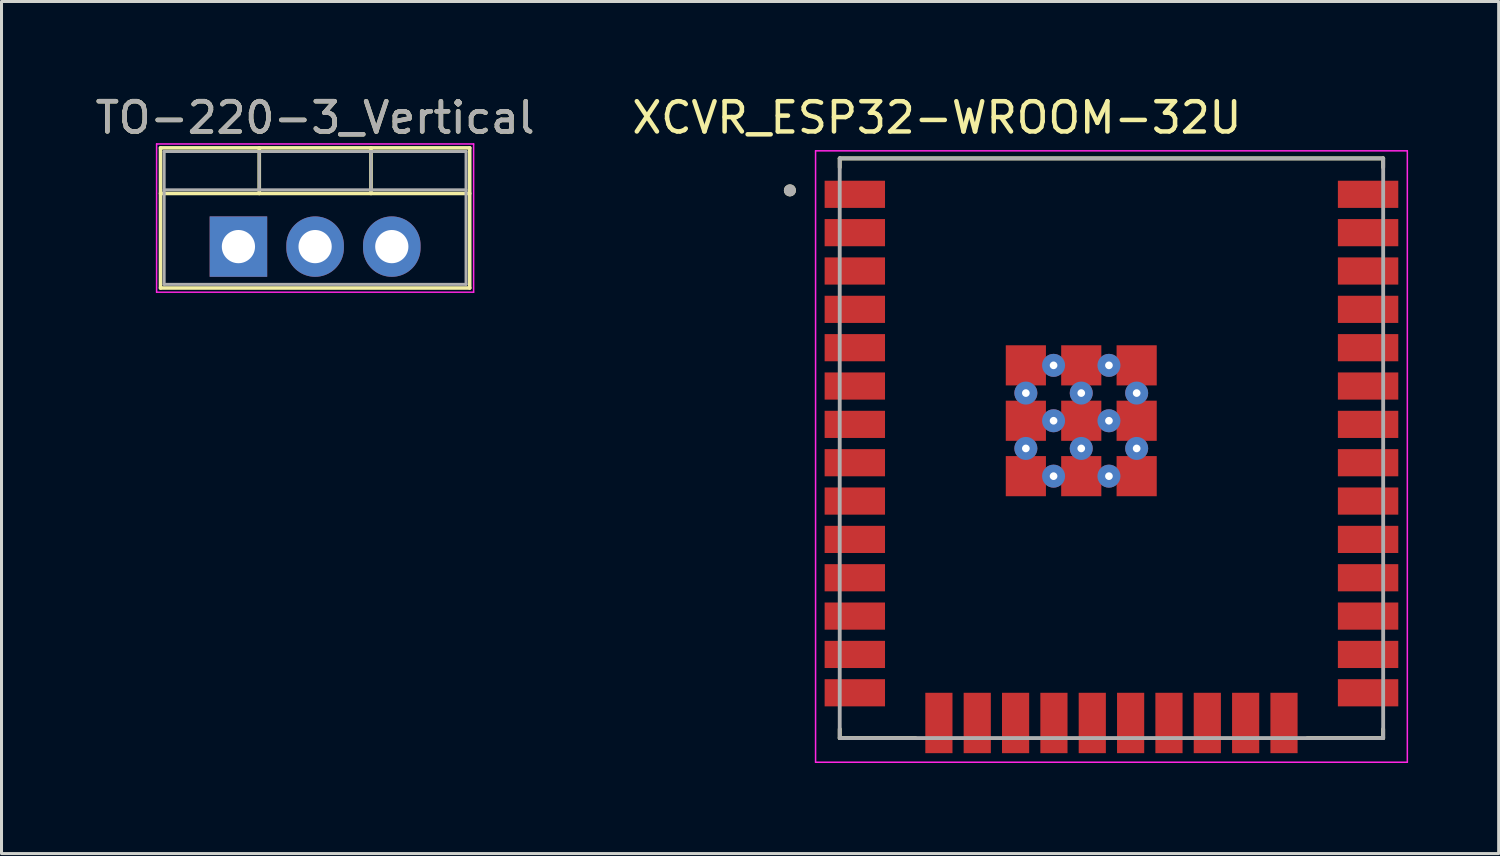
<source format=kicad_pcb>
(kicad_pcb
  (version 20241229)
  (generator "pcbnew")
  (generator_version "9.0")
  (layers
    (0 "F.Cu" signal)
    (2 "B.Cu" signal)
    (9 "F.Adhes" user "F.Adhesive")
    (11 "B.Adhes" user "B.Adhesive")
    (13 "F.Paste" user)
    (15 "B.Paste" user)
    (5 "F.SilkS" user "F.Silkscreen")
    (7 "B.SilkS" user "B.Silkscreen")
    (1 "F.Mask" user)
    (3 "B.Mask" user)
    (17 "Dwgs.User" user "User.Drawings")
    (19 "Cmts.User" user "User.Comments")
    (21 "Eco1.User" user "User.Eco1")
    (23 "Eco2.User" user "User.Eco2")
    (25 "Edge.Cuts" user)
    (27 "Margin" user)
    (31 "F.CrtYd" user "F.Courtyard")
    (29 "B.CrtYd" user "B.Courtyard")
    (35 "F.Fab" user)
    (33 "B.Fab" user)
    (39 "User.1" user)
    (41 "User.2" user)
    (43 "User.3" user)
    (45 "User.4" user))
  (footprint "TO-220-3_Vertical"
    (layer "F.Cu")
    (at 4.847 5.118)
    (property "Reference" "TO-220-3_Vertical" (at 2.54 -4.27 180) (layer "F.SilkS") (effects (font (size 1 1) (thickness 0.15))))
    (attr through_hole)
    (fp_line (start -2.58 -3.27) (end -2.58 1.371) (stroke (width 0.12) (type solid)) (layer "F.SilkS"))
    (fp_line (start -2.58 -3.27) (end 7.66 -3.27) (stroke (width 0.12) (type solid)) (layer "F.SilkS"))
    (fp_line (start -2.58 -1.76) (end 7.66 -1.76) (stroke (width 0.12) (type solid)) (layer "F.SilkS"))
    (fp_line (start -2.58 1.371) (end 7.66 1.371) (stroke (width 0.12) (type solid)) (layer "F.SilkS"))
    (fp_line (start 0.69 -3.27) (end 0.69 -1.76) (stroke (width 0.12) (type solid)) (layer "F.SilkS"))
    (fp_line (start 4.391 -3.27) (end 4.391 -1.76) (stroke (width 0.12) (type solid)) (layer "F.SilkS"))
    (fp_line (start 7.66 -3.27) (end 7.66 1.371) (stroke (width 0.12) (type solid)) (layer "F.SilkS"))
    (fp_line (start -2.71 -3.4) (end -2.71 1.51) (stroke (width 0.05) (type solid)) (layer "F.CrtYd"))
    (fp_line (start -2.71 1.51) (end 7.79 1.51) (stroke (width 0.05) (type solid)) (layer "F.CrtYd"))
    (fp_line (start 7.79 -3.4) (end -2.71 -3.4) (stroke (width 0.05) (type solid)) (layer "F.CrtYd"))
    (fp_line (start 7.79 1.51) (end 7.79 -3.4) (stroke (width 0.05) (type solid)) (layer "F.CrtYd"))
    (fp_line (start -2.46 -3.15) (end -2.46 1.25) (stroke (width 0.1) (type solid)) (layer "F.Fab"))
    (fp_line (start -2.46 -1.88) (end 7.54 -1.88) (stroke (width 0.1) (type solid)) (layer "F.Fab"))
    (fp_line (start -2.46 1.25) (end 7.54 1.25) (stroke (width 0.1) (type solid)) (layer "F.Fab"))
    (fp_line (start 0.69 -3.15) (end 0.69 -1.88) (stroke (width 0.1) (type solid)) (layer "F.Fab"))
    (fp_line (start 4.39 -3.15) (end 4.39 -1.88) (stroke (width 0.1) (type solid)) (layer "F.Fab"))
    (fp_line (start 7.54 -3.15) (end -2.46 -3.15) (stroke (width 0.1) (type solid)) (layer "F.Fab"))
    (fp_line (start 7.54 1.25) (end 7.54 -3.15) (stroke (width 0.1) (type solid)) (layer "F.Fab"))
    (fp_text user "${REFERENCE}" (at 2.54 -4.27 180) (layer "F.Fab") (effects (font (size 1 1) (thickness 0.15))))
    (pad "1" thru_hole rect (at 0 0) (size 1.905 2) (drill 1.1) (layers "*.Cu" "*.Mask"))
    (pad "2" thru_hole oval (at 2.54 0) (size 1.905 2) (drill 1.1) (layers "*.Cu" "*.Mask"))
    (pad "3" thru_hole oval (at 5.08 0) (size 1.905 2) (drill 1.1) (layers "*.Cu" "*.Mask")))
  (footprint "XCVR_ESP32-WROOM-32U"
    (layer "F.Cu")
    (at 33.763 11.796)
    (property "Reference" "XCVR_ESP32-WROOM-32U" (at -5.782 -10.948 0) (layer "F.SilkS") (effects (font (size 1.001 1.001) (thickness 0.15))))
    (attr smd)
    (fp_line (start -9 -9.6) (end 9 -9.6) (stroke (width 0.127) (type solid)) (layer "F.SilkS"))
    (fp_line (start -9 -9.3) (end -9 -9.6) (stroke (width 0.127) (type solid)) (layer "F.SilkS"))
    (fp_line (start -9 9.3) (end -9 9.6) (stroke (width 0.127) (type solid)) (layer "F.SilkS"))
    (fp_line (start -9 9.6) (end -6.49 9.6) (stroke (width 0.127) (type solid)) (layer "F.SilkS"))
    (fp_line (start 6.49 9.6) (end 9 9.6) (stroke (width 0.127) (type solid)) (layer "F.SilkS"))
    (fp_line (start 9 -9.6) (end 9 -9.3) (stroke (width 0.127) (type solid)) (layer "F.SilkS"))
    (fp_line (start 9 9.6) (end 9 9.3) (stroke (width 0.127) (type solid)) (layer "F.SilkS"))
    (fp_circle (center -10.65 -8.54) (end -10.55 -8.54) (stroke (width 0.2) (type solid)) (fill no) (layer "F.SilkS"))
    (fp_line (start -9.8 -9.85) (end 9.8 -9.85) (stroke (width 0.05) (type solid)) (layer "F.CrtYd"))
    (fp_line (start -9.8 10.4) (end -9.8 -9.85) (stroke (width 0.05) (type solid)) (layer "F.CrtYd"))
    (fp_line (start 9.8 -9.85) (end 9.8 10.4) (stroke (width 0.05) (type solid)) (layer "F.CrtYd"))
    (fp_line (start 9.8 10.4) (end -9.8 10.4) (stroke (width 0.05) (type solid)) (layer "F.CrtYd"))
    (fp_line (start -9 -9.6) (end 9 -9.6) (stroke (width 0.127) (type solid)) (layer "F.Fab"))
    (fp_line (start -9 9.6) (end -9 -9.6) (stroke (width 0.127) (type solid)) (layer "F.Fab"))
    (fp_line (start 9 -9.6) (end 9 9.6) (stroke (width 0.127) (type solid)) (layer "F.Fab"))
    (fp_line (start 9 9.6) (end -9 9.6) (stroke (width 0.127) (type solid)) (layer "F.Fab"))
    (fp_circle (center -10.65 -8.54) (end -10.55 -8.54) (stroke (width 0.2) (type solid)) (fill no) (layer "F.Fab"))
    (pad "1" smd rect (at -8.5 -8.41) (size 2 0.9) (layers "F.Cu" "F.Mask" "F.Paste"))
    (pad "2" smd rect (at -8.5 -7.14) (size 2 0.9) (layers "F.Cu" "F.Mask" "F.Paste"))
    (pad "3" smd rect (at -8.5 -5.87) (size 2 0.9) (layers "F.Cu" "F.Mask" "F.Paste"))
    (pad "4" smd rect (at -8.5 -4.6) (size 2 0.9) (layers "F.Cu" "F.Mask" "F.Paste"))
    (pad "5" smd rect (at -8.5 -3.33) (size 2 0.9) (layers "F.Cu" "F.Mask" "F.Paste"))
    (pad "6" smd rect (at -8.5 -2.06) (size 2 0.9) (layers "F.Cu" "F.Mask" "F.Paste"))
    (pad "7" smd rect (at -8.5 -0.79) (size 2 0.9) (layers "F.Cu" "F.Mask" "F.Paste"))
    (pad "8" smd rect (at -8.5 0.48) (size 2 0.9) (layers "F.Cu" "F.Mask" "F.Paste"))
    (pad "9" smd rect (at -8.5 1.75) (size 2 0.9) (layers "F.Cu" "F.Mask" "F.Paste"))
    (pad "10" smd rect (at -8.5 3.02) (size 2 0.9) (layers "F.Cu" "F.Mask" "F.Paste"))
    (pad "11" smd rect (at -8.5 4.29) (size 2 0.9) (layers "F.Cu" "F.Mask" "F.Paste"))
    (pad "12" smd rect (at -8.5 5.56) (size 2 0.9) (layers "F.Cu" "F.Mask" "F.Paste"))
    (pad "13" smd rect (at -8.5 6.83) (size 2 0.9) (layers "F.Cu" "F.Mask" "F.Paste"))
    (pad "14" smd rect (at -8.5 8.1) (size 2 0.9) (layers "F.Cu" "F.Mask" "F.Paste"))
    (pad "15" smd rect (at -5.715 9.1) (size 0.9 2) (layers "F.Cu" "F.Mask" "F.Paste"))
    (pad "16" smd rect (at -4.445 9.1) (size 0.9 2) (layers "F.Cu" "F.Mask" "F.Paste"))
    (pad "17" smd rect (at -3.175 9.1) (size 0.9 2) (layers "F.Cu" "F.Mask" "F.Paste"))
    (pad "18" smd rect (at -1.905 9.1) (size 0.9 2) (layers "F.Cu" "F.Mask" "F.Paste"))
    (pad "19" smd rect (at -0.635 9.1) (size 0.9 2) (layers "F.Cu" "F.Mask" "F.Paste"))
    (pad "20" smd rect (at 0.635 9.1) (size 0.9 2) (layers "F.Cu" "F.Mask" "F.Paste"))
    (pad "21" smd rect (at 1.905 9.1) (size 0.9 2) (layers "F.Cu" "F.Mask" "F.Paste"))
    (pad "22" smd rect (at 3.175 9.1) (size 0.9 2) (layers "F.Cu" "F.Mask" "F.Paste"))
    (pad "23" smd rect (at 4.445 9.1) (size 0.9 2) (layers "F.Cu" "F.Mask" "F.Paste"))
    (pad "24" smd rect (at 5.715 9.1) (size 0.9 2) (layers "F.Cu" "F.Mask" "F.Paste"))
    (pad "25" smd rect (at 8.5 8.1) (size 2 0.9) (layers "F.Cu" "F.Mask" "F.Paste"))
    (pad "26" smd rect (at 8.5 6.83) (size 2 0.9) (layers "F.Cu" "F.Mask" "F.Paste"))
    (pad "27" smd rect (at 8.5 5.56) (size 2 0.9) (layers "F.Cu" "F.Mask" "F.Paste"))
    (pad "28" smd rect (at 8.5 4.29) (size 2 0.9) (layers "F.Cu" "F.Mask" "F.Paste"))
    (pad "29" smd rect (at 8.5 3.02) (size 2 0.9) (layers "F.Cu" "F.Mask" "F.Paste"))
    (pad "30" smd rect (at 8.5 1.75) (size 2 0.9) (layers "F.Cu" "F.Mask" "F.Paste"))
    (pad "31" smd rect (at 8.5 0.48) (size 2 0.9) (layers "F.Cu" "F.Mask" "F.Paste"))
    (pad "32" smd rect (at 8.5 -0.79) (size 2 0.9) (layers "F.Cu" "F.Mask" "F.Paste"))
    (pad "33" smd rect (at 8.5 -2.06) (size 2 0.9) (layers "F.Cu" "F.Mask" "F.Paste"))
    (pad "34" smd rect (at 8.5 -3.33) (size 2 0.9) (layers "F.Cu" "F.Mask" "F.Paste"))
    (pad "35" smd rect (at 8.5 -4.6) (size 2 0.9) (layers "F.Cu" "F.Mask" "F.Paste"))
    (pad "36" smd rect (at 8.5 -5.87) (size 2 0.9) (layers "F.Cu" "F.Mask" "F.Paste"))
    (pad "37" smd rect (at 8.5 -7.14) (size 2 0.9) (layers "F.Cu" "F.Mask" "F.Paste"))
    (pad "38" smd rect (at 8.5 -8.41) (size 2 0.9) (layers "F.Cu" "F.Mask" "F.Paste"))
    (pad "G.1" smd rect (at 0.835 -2.745) (size 1.33 1.33) (layers "F.Cu" "F.Mask" "F.Paste"))
    (pad "G.2" smd rect (at -1 -2.745) (size 1.33 1.33) (layers "F.Cu" "F.Mask" "F.Paste"))
    (pad "G.4" smd rect (at -2.835 -2.745) (size 1.33 1.33) (layers "F.Cu" "F.Mask" "F.Paste"))
    (pad "G.5" smd rect (at 0.835 -0.91) (size 1.33 1.33) (layers "F.Cu" "F.Mask" "F.Paste"))
    (pad "G.6" smd rect (at -1 -0.91) (size 1.33 1.33) (layers "F.Cu" "F.Mask" "F.Paste"))
    (pad "G.7" smd rect (at -2.835 -0.91) (size 1.33 1.33) (layers "F.Cu" "F.Mask" "F.Paste"))
    (pad "G.8" smd rect (at 0.835 0.925) (size 1.33 1.33) (layers "F.Cu" "F.Mask" "F.Paste"))
    (pad "G.9" smd rect (at -1 0.925) (size 1.33 1.33) (layers "F.Cu" "F.Mask" "F.Paste"))
    (pad "G.10" smd rect (at -2.835 0.925) (size 1.33 1.33) (layers "F.Cu" "F.Mask" "F.Paste"))
    (pad "G.11" thru_hole circle (at -0.083 -2.745) (size 0.762 0.762) (drill 0.254) (layers "*.Cu" "*.Mask"))
    (pad "G.12" thru_hole circle (at -1.917 -2.745) (size 0.762 0.762) (drill 0.254) (layers "*.Cu" "*.Mask"))
    (pad "G.13" thru_hole circle (at 0.835 -1.827) (size 0.762 0.762) (drill 0.254) (layers "*.Cu" "*.Mask"))
    (pad "G.14" thru_hole circle (at -1 -1.827) (size 0.762 0.762) (drill 0.254) (layers "*.Cu" "*.Mask"))
    (pad "G.15" thru_hole circle (at -2.835 -1.827) (size 0.762 0.762) (drill 0.254) (layers "*.Cu" "*.Mask"))
    (pad "G.16" thru_hole circle (at -0.083 -0.91) (size 0.762 0.762) (drill 0.254) (layers "*.Cu" "*.Mask"))
    (pad "G.17" thru_hole circle (at -1.917 -0.91) (size 0.762 0.762) (drill 0.254) (layers "*.Cu" "*.Mask"))
    (pad "G.18" thru_hole circle (at 0.835 0.007) (size 0.762 0.762) (drill 0.254) (layers "*.Cu" "*.Mask"))
    (pad "G.19" thru_hole circle (at -1 0.007) (size 0.762 0.762) (drill 0.254) (layers "*.Cu" "*.Mask"))
    (pad "G.20" thru_hole circle (at -2.835 0.007) (size 0.762 0.762) (drill 0.254) (layers "*.Cu" "*.Mask"))
    (pad "G.21" thru_hole circle (at -0.083 0.925) (size 0.762 0.762) (drill 0.254) (layers "*.Cu" "*.Mask"))
    (pad "G.22" thru_hole circle (at -1.917 0.925) (size 0.762 0.762) (drill 0.254) (layers "*.Cu" "*.Mask")))
  (gr_rect
    (start -3 -3)
    (end 46.588 25.221)
    (stroke (width 0.1) (type default))
    (fill no)
    (layer "Edge.Cuts")))
</source>
